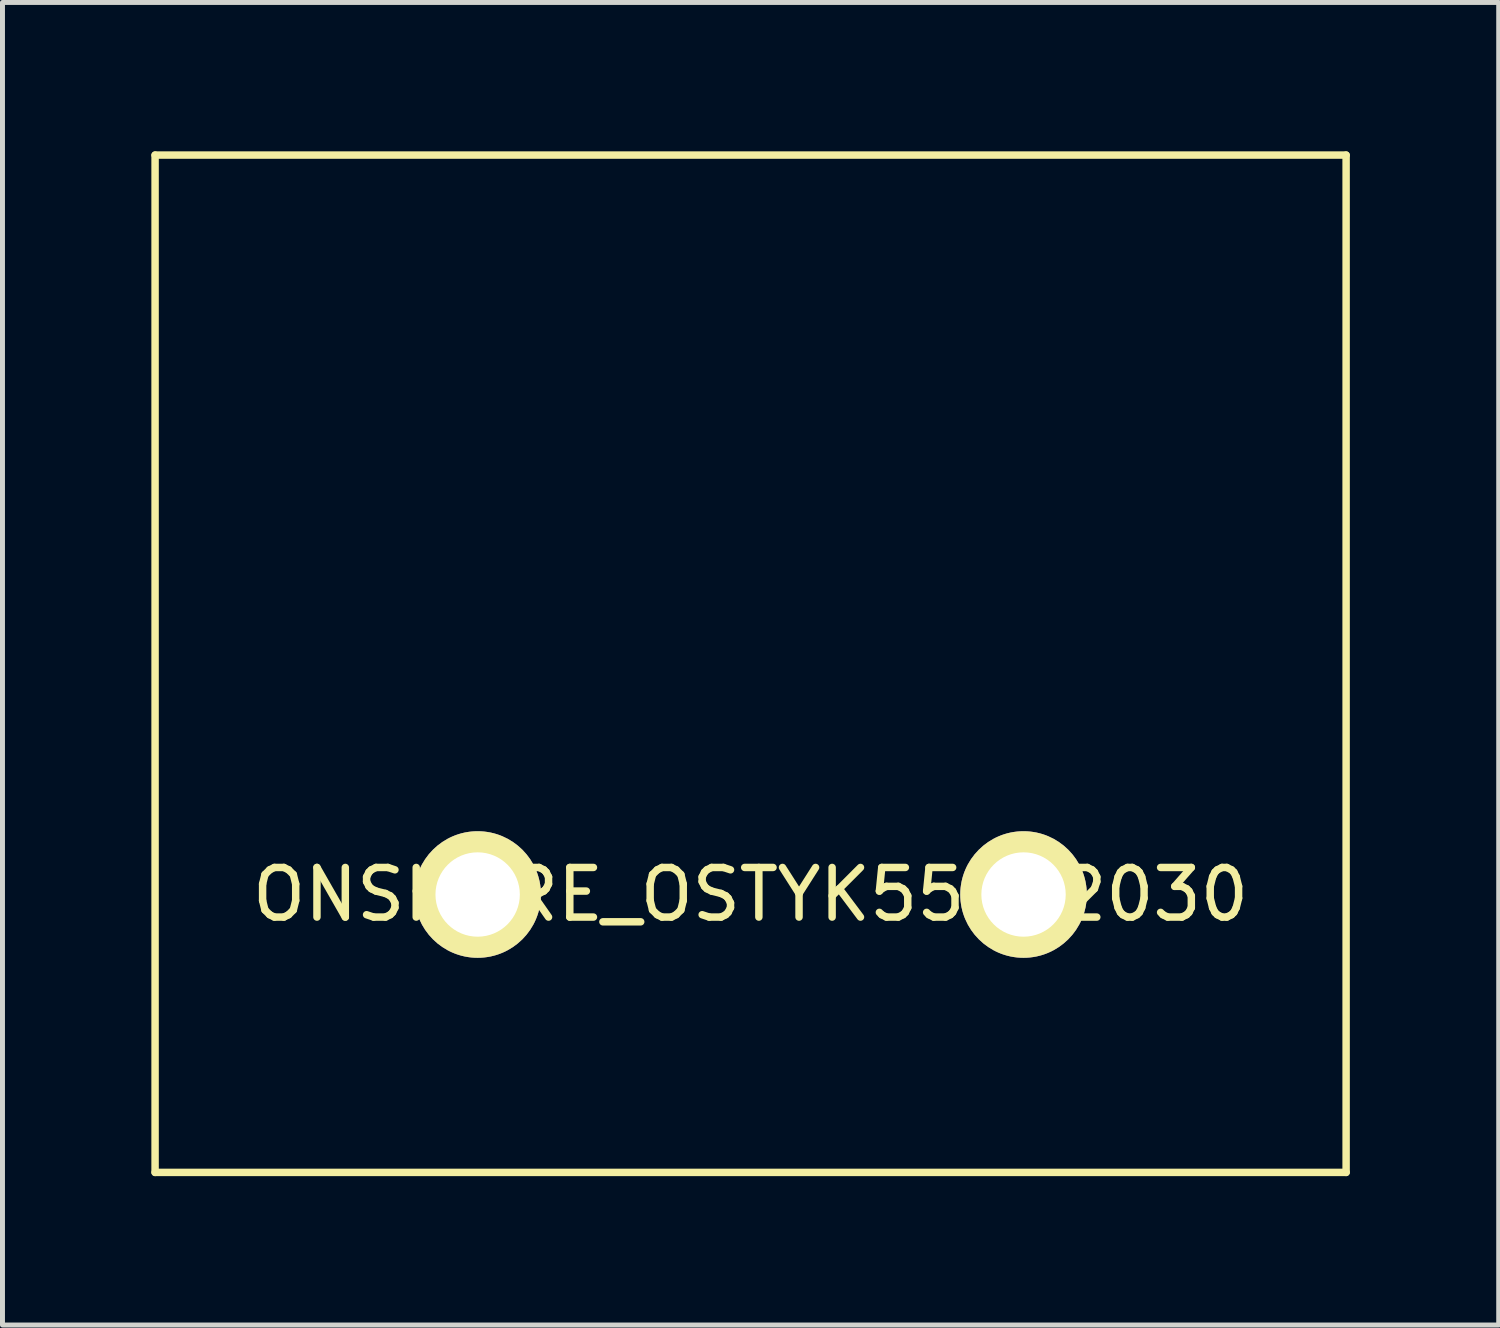
<source format=kicad_pcb>
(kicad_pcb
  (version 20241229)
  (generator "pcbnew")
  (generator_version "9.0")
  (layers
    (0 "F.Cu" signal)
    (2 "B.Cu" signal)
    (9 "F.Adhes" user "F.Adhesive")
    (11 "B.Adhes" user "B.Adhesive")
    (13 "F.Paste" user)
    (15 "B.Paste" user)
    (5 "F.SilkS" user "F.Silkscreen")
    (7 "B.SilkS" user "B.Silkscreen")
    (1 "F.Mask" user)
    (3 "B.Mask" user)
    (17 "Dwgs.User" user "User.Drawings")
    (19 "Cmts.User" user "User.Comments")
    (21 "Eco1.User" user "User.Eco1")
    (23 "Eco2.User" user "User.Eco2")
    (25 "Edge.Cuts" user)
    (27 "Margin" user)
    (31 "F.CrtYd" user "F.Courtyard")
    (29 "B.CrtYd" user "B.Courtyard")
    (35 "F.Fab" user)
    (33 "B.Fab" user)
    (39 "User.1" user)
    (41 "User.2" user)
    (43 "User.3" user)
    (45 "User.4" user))
  (footprint "ONSHORE_OSTYK55102030"
    (layer "F.Cu")
    (at 12.075 14.975)
    (property "Reference" "ONSHORE_OSTYK55102030" (at 0 0 0) (layer "F.SilkS") (effects (font (size 1 1) (thickness 0.15))))
    (attr through_hole)
    (fp_line (start -12 -14.9) (end 12 -14.9) (stroke (width 0.15) (type solid)) (layer "F.SilkS"))
    (fp_line (start -12 5.6) (end -12 -14.9) (stroke (width 0.15) (type solid)) (layer "F.SilkS"))
    (fp_line (start 12 -14.9) (end 12 5.6) (stroke (width 0.15) (type solid)) (layer "F.SilkS"))
    (fp_line (start 12 5.6) (end -12 5.6) (stroke (width 0.15) (type solid)) (layer "F.SilkS"))
    (pad "1" thru_hole circle (at -5.5 0) (size 2.55 2.55) (drill 1.7) (layers "*.Cu" "*.Mask" "F.SilkS"))
    (pad "2" thru_hole circle (at 5.5 0) (size 2.55 2.55) (drill 1.7) (layers "*.Cu" "*.Mask" "F.SilkS")))
  (gr_rect
    (start -3 -3)
    (end 27.15 23.65)
    (stroke (width 0.1) (type default))
    (fill no)
    (layer "Edge.Cuts")))
</source>
